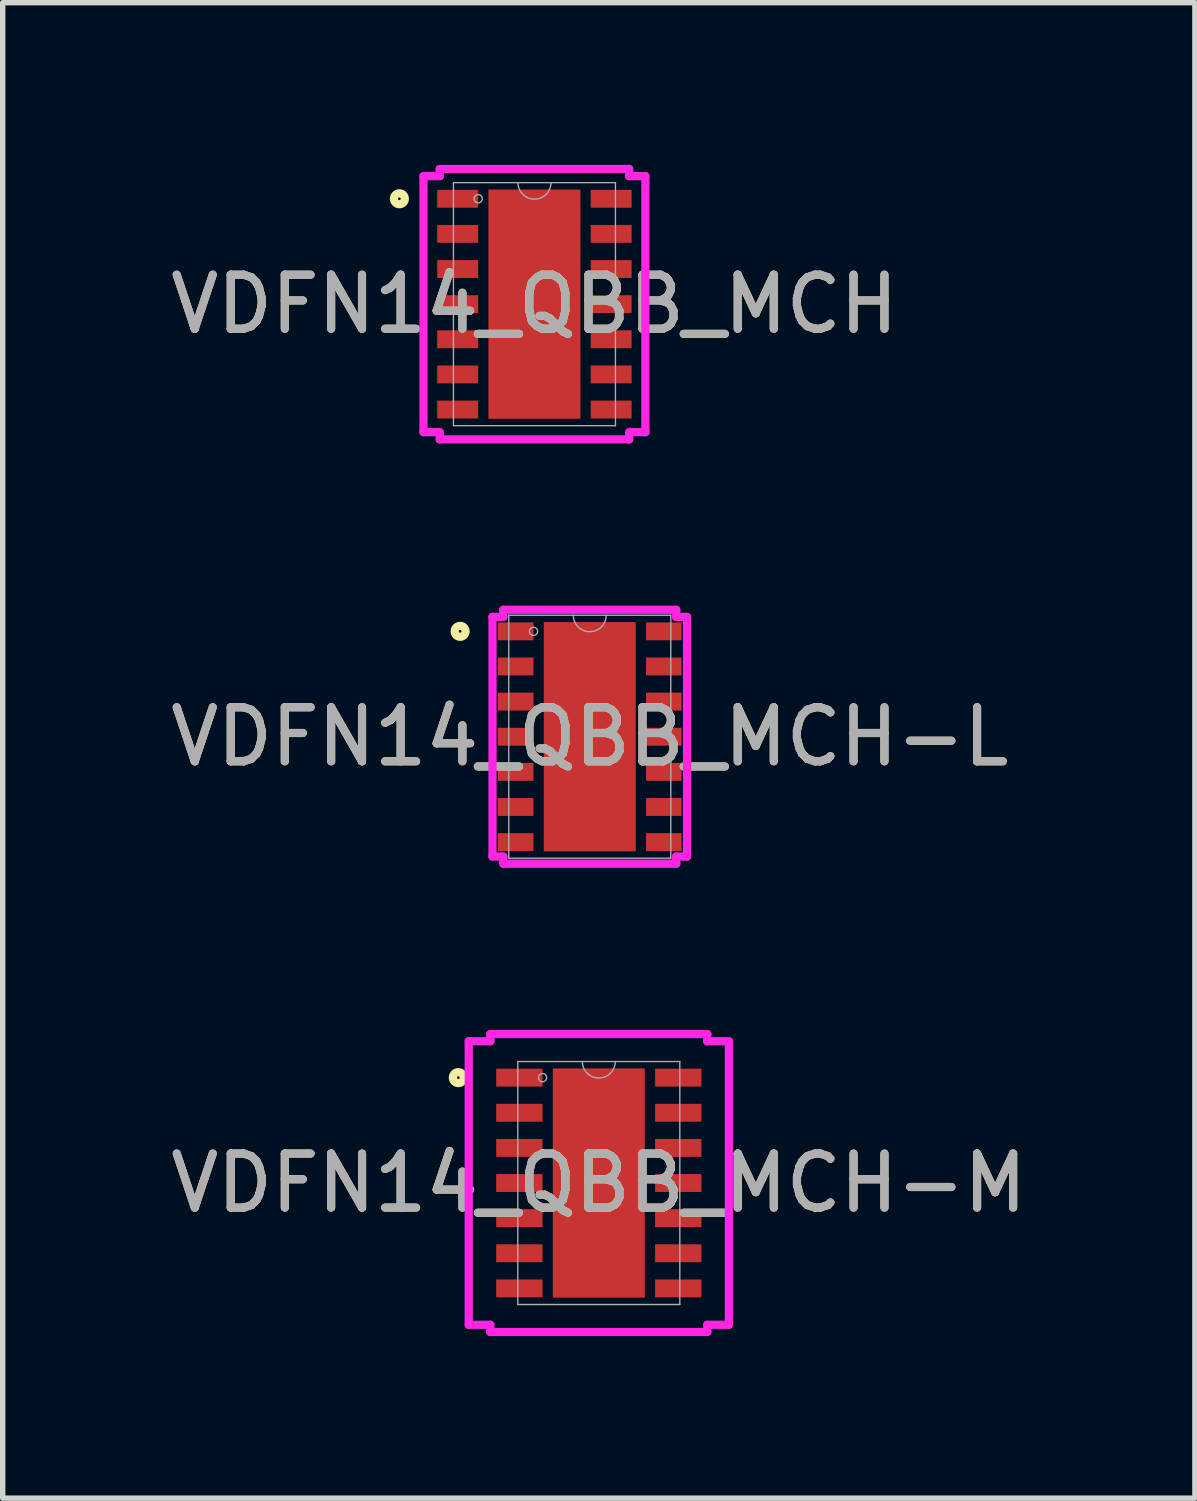
<source format=kicad_pcb>
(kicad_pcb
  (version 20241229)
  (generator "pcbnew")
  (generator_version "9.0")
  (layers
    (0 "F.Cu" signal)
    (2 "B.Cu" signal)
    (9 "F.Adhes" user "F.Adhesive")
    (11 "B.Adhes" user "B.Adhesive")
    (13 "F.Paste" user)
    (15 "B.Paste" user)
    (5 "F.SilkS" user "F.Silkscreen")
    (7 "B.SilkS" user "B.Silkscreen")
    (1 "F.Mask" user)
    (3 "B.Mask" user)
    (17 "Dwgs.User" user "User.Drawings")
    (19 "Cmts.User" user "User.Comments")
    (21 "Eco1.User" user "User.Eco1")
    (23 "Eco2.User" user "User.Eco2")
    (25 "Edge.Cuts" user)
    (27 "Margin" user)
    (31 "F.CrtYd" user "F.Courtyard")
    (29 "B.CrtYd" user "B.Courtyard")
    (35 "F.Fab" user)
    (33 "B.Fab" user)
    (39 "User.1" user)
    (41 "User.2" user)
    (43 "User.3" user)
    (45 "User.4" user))
  (footprint "VDFN14_QBB_MCH"
    (layer "F.Cu")
    (at 6.839 2.578)
    (property "Reference" "VDFN14_QBB_MCH" (at 0 0 0) (unlocked yes) (layer "F.SilkS") (effects (font (size 1 1) (thickness 0.15))))
    (attr smd)
    (fp_circle (center -2.499 -1.95) (end -2.398 -1.95) (stroke (width 0.152) (type solid)) (fill no) (layer "F.SilkS"))
    (fp_poly (pts (xy -0.751 -2.021) (xy -0.751 -0.807) (xy 0.751 -0.807) (xy 0.751 -2.021)) (stroke (width 0) (type solid)) (fill yes) (layer "F.Paste"))
    (fp_poly (pts (xy -0.751 -0.607) (xy -0.751 0.607) (xy 0.751 0.607) (xy 0.751 -0.607)) (stroke (width 0) (type solid)) (fill yes) (layer "F.Paste"))
    (fp_poly (pts (xy -0.751 0.807) (xy -0.751 2.021) (xy 0.751 2.021) (xy 0.751 0.807)) (stroke (width 0) (type solid)) (fill yes) (layer "F.Paste"))
    (fp_line (start -2.053 -2.369) (end -1.753 -2.369) (stroke (width 0.152) (type solid)) (layer "F.CrtYd"))
    (fp_line (start -2.053 2.369) (end -2.053 -2.369) (stroke (width 0.152) (type solid)) (layer "F.CrtYd"))
    (fp_line (start -2.053 2.369) (end -1.753 2.369) (stroke (width 0.152) (type solid)) (layer "F.CrtYd"))
    (fp_line (start -1.753 -2.502) (end 1.753 -2.502) (stroke (width 0.152) (type solid)) (layer "F.CrtYd"))
    (fp_line (start -1.753 -2.369) (end -1.753 -2.502) (stroke (width 0.152) (type solid)) (layer "F.CrtYd"))
    (fp_line (start -1.753 2.502) (end -1.753 2.369) (stroke (width 0.152) (type solid)) (layer "F.CrtYd"))
    (fp_line (start 1.753 -2.502) (end 1.753 -2.369) (stroke (width 0.152) (type solid)) (layer "F.CrtYd"))
    (fp_line (start 1.753 2.369) (end 1.753 2.502) (stroke (width 0.152) (type solid)) (layer "F.CrtYd"))
    (fp_line (start 1.753 2.502) (end -1.753 2.502) (stroke (width 0.152) (type solid)) (layer "F.CrtYd"))
    (fp_line (start 2.053 -2.369) (end 1.753 -2.369) (stroke (width 0.152) (type solid)) (layer "F.CrtYd"))
    (fp_line (start 2.053 -2.369) (end 2.053 2.369) (stroke (width 0.152) (type solid)) (layer "F.CrtYd"))
    (fp_line (start 2.053 2.369) (end 1.753 2.369) (stroke (width 0.152) (type solid)) (layer "F.CrtYd"))
    (fp_line (start -1.499 -2.248) (end -1.499 2.248) (stroke (width 0.025) (type solid)) (layer "F.Fab"))
    (fp_line (start -1.499 2.248) (end 1.499 2.248) (stroke (width 0.025) (type solid)) (layer "F.Fab"))
    (fp_line (start 1.499 -2.248) (end -1.499 -2.248) (stroke (width 0.025) (type solid)) (layer "F.Fab"))
    (fp_line (start 1.499 2.248) (end 1.499 -2.248) (stroke (width 0.025) (type solid)) (layer "F.Fab"))
    (fp_arc (start 0.3048 -2.2479) (mid 0 -1.9431) (end -0.3048 -2.2479) (stroke (width 0.0254) (type solid)) (layer "F.Fab"))
    (fp_circle (center -1.041 -1.95) (end -0.965 -1.95) (stroke (width 0.025) (type solid)) (fill no) (layer "F.Fab"))
    (fp_text user "${REFERENCE}" (at 0 0 0) (unlocked yes) (layer "F.Fab") (effects (font (size 1 1) (thickness 0.15))))
    (pad "1" smd rect (at -1.42 -1.95) (size 0.757 0.331) (layers "F.Cu" "F.Mask" "F.Paste"))
    (pad "2" smd rect (at -1.42 -1.3) (size 0.757 0.331) (layers "F.Cu" "F.Mask" "F.Paste"))
    (pad "3" smd rect (at -1.42 -0.65) (size 0.757 0.331) (layers "F.Cu" "F.Mask" "F.Paste"))
    (pad "4" smd rect (at -1.42 0) (size 0.757 0.331) (layers "F.Cu" "F.Mask" "F.Paste"))
    (pad "5" smd rect (at -1.42 0.65) (size 0.757 0.331) (layers "F.Cu" "F.Mask" "F.Paste"))
    (pad "6" smd rect (at -1.42 1.3) (size 0.757 0.331) (layers "F.Cu" "F.Mask" "F.Paste"))
    (pad "7" smd rect (at -1.42 1.95) (size 0.757 0.331) (layers "F.Cu" "F.Mask" "F.Paste"))
    (pad "8" smd rect (at 1.42 1.95) (size 0.757 0.331) (layers "F.Cu" "F.Mask" "F.Paste"))
    (pad "9" smd rect (at 1.42 1.3) (size 0.757 0.331) (layers "F.Cu" "F.Mask" "F.Paste"))
    (pad "10" smd rect (at 1.42 0.65) (size 0.757 0.331) (layers "F.Cu" "F.Mask" "F.Paste"))
    (pad "11" smd rect (at 1.42 0) (size 0.757 0.331) (layers "F.Cu" "F.Mask" "F.Paste"))
    (pad "12" smd rect (at 1.42 -0.65) (size 0.757 0.331) (layers "F.Cu" "F.Mask" "F.Paste"))
    (pad "13" smd rect (at 1.42 -1.3) (size 0.757 0.331) (layers "F.Cu" "F.Mask" "F.Paste"))
    (pad "14" smd rect (at 1.42 -1.95) (size 0.757 0.331) (layers "F.Cu" "F.Mask" "F.Paste"))
    (pad "15" smd rect (at 0 0) (size 1.702 4.242) (layers "F.Cu" "F.Mask" "F.Paste")))
  (footprint "VDFN14_QBB_MCH-M"
    (layer "F.Cu")
    (at 8.03 18.84)
    (property "Reference" "VDFN14_QBB_MCH-M" (at 0 0 0) (unlocked yes) (layer "F.SilkS") (effects (font (size 1 1) (thickness 0.15))))
    (attr smd)
    (fp_circle (center -2.599 -1.95) (end -2.498 -1.95) (stroke (width 0.152) (type solid)) (fill no) (layer "F.SilkS"))
    (fp_poly (pts (xy -0.751 -2.021) (xy -0.751 -0.807) (xy 0.751 -0.807) (xy 0.751 -2.021)) (stroke (width 0) (type solid)) (fill yes) (layer "F.Paste"))
    (fp_poly (pts (xy -0.751 -0.607) (xy -0.751 0.607) (xy 0.751 0.607) (xy 0.751 -0.607)) (stroke (width 0) (type solid)) (fill yes) (layer "F.Paste"))
    (fp_poly (pts (xy -0.751 0.807) (xy -0.751 2.021) (xy 0.751 2.021) (xy 0.751 0.807)) (stroke (width 0) (type solid)) (fill yes) (layer "F.Paste"))
    (fp_line (start -2.407 -2.623) (end -2.007 -2.623) (stroke (width 0.152) (type solid)) (layer "F.CrtYd"))
    (fp_line (start -2.407 2.623) (end -2.407 -2.623) (stroke (width 0.152) (type solid)) (layer "F.CrtYd"))
    (fp_line (start -2.407 2.623) (end -2.007 2.623) (stroke (width 0.152) (type solid)) (layer "F.CrtYd"))
    (fp_line (start -2.007 -2.756) (end 2.007 -2.756) (stroke (width 0.152) (type solid)) (layer "F.CrtYd"))
    (fp_line (start -2.007 -2.623) (end -2.007 -2.756) (stroke (width 0.152) (type solid)) (layer "F.CrtYd"))
    (fp_line (start -2.007 2.756) (end -2.007 2.623) (stroke (width 0.152) (type solid)) (layer "F.CrtYd"))
    (fp_line (start 2.007 -2.756) (end 2.007 -2.623) (stroke (width 0.152) (type solid)) (layer "F.CrtYd"))
    (fp_line (start 2.007 2.623) (end 2.007 2.756) (stroke (width 0.152) (type solid)) (layer "F.CrtYd"))
    (fp_line (start 2.007 2.756) (end -2.007 2.756) (stroke (width 0.152) (type solid)) (layer "F.CrtYd"))
    (fp_line (start 2.407 -2.623) (end 2.007 -2.623) (stroke (width 0.152) (type solid)) (layer "F.CrtYd"))
    (fp_line (start 2.407 -2.623) (end 2.407 2.623) (stroke (width 0.152) (type solid)) (layer "F.CrtYd"))
    (fp_line (start 2.407 2.623) (end 2.007 2.623) (stroke (width 0.152) (type solid)) (layer "F.CrtYd"))
    (fp_line (start -1.499 -2.248) (end -1.499 2.248) (stroke (width 0.025) (type solid)) (layer "F.Fab"))
    (fp_line (start -1.499 2.248) (end 1.499 2.248) (stroke (width 0.025) (type solid)) (layer "F.Fab"))
    (fp_line (start 1.499 -2.248) (end -1.499 -2.248) (stroke (width 0.025) (type solid)) (layer "F.Fab"))
    (fp_line (start 1.499 2.248) (end 1.499 -2.248) (stroke (width 0.025) (type solid)) (layer "F.Fab"))
    (fp_arc (start 0.3048 -2.2479) (mid 0 -1.9431) (end -0.3048 -2.2479) (stroke (width 0.0254) (type solid)) (layer "F.Fab"))
    (fp_circle (center -1.041 -1.95) (end -0.965 -1.95) (stroke (width 0.025) (type solid)) (fill no) (layer "F.Fab"))
    (fp_text user "${REFERENCE}" (at 0 0 0) (unlocked yes) (layer "F.Fab") (effects (font (size 1 1) (thickness 0.15))))
    (pad "1" smd rect (at -1.47 -1.95) (size 0.857 0.331) (layers "F.Cu" "F.Mask" "F.Paste"))
    (pad "2" smd rect (at -1.47 -1.3) (size 0.857 0.331) (layers "F.Cu" "F.Mask" "F.Paste"))
    (pad "3" smd rect (at -1.47 -0.65) (size 0.857 0.331) (layers "F.Cu" "F.Mask" "F.Paste"))
    (pad "4" smd rect (at -1.47 0) (size 0.857 0.331) (layers "F.Cu" "F.Mask" "F.Paste"))
    (pad "5" smd rect (at -1.47 0.65) (size 0.857 0.331) (layers "F.Cu" "F.Mask" "F.Paste"))
    (pad "6" smd rect (at -1.47 1.3) (size 0.857 0.331) (layers "F.Cu" "F.Mask" "F.Paste"))
    (pad "7" smd rect (at -1.47 1.95) (size 0.857 0.331) (layers "F.Cu" "F.Mask" "F.Paste"))
    (pad "8" smd rect (at 1.47 1.95) (size 0.857 0.331) (layers "F.Cu" "F.Mask" "F.Paste"))
    (pad "9" smd rect (at 1.47 1.3) (size 0.857 0.331) (layers "F.Cu" "F.Mask" "F.Paste"))
    (pad "10" smd rect (at 1.47 0.65) (size 0.857 0.331) (layers "F.Cu" "F.Mask" "F.Paste"))
    (pad "11" smd rect (at 1.47 0) (size 0.857 0.331) (layers "F.Cu" "F.Mask" "F.Paste"))
    (pad "12" smd rect (at 1.47 -0.65) (size 0.857 0.331) (layers "F.Cu" "F.Mask" "F.Paste"))
    (pad "13" smd rect (at 1.47 -1.3) (size 0.857 0.331) (layers "F.Cu" "F.Mask" "F.Paste"))
    (pad "14" smd rect (at 1.47 -1.95) (size 0.857 0.331) (layers "F.Cu" "F.Mask" "F.Paste"))
    (pad "15" smd rect (at 0 0) (size 1.702 4.242) (layers "F.Cu" "F.Mask" "F.Paste")))
  (footprint "VDFN14_QBB_MCH-L"
    (layer "F.Cu")
    (at 7.863 10.582)
    (property "Reference" "VDFN14_QBB_MCH-L" (at 0 0 0) (unlocked yes) (layer "F.SilkS") (effects (font (size 1 1) (thickness 0.15))))
    (attr smd)
    (fp_circle (center -2.399 -1.95) (end -2.298 -1.95) (stroke (width 0.152) (type solid)) (fill no) (layer "F.SilkS"))
    (fp_poly (pts (xy -0.751 -2.021) (xy -0.751 -0.807) (xy 0.751 -0.807) (xy 0.751 -2.021)) (stroke (width 0) (type solid)) (fill yes) (layer "F.Paste"))
    (fp_poly (pts (xy -0.751 -0.607) (xy -0.751 0.607) (xy 0.751 0.607) (xy 0.751 -0.607)) (stroke (width 0) (type solid)) (fill yes) (layer "F.Paste"))
    (fp_poly (pts (xy -0.751 0.807) (xy -0.751 2.021) (xy 0.751 2.021) (xy 0.751 0.807)) (stroke (width 0) (type solid)) (fill yes) (layer "F.Paste"))
    (fp_line (start -1.8 -2.217) (end -1.6 -2.217) (stroke (width 0.152) (type solid)) (layer "F.CrtYd"))
    (fp_line (start -1.8 2.217) (end -1.8 -2.217) (stroke (width 0.152) (type solid)) (layer "F.CrtYd"))
    (fp_line (start -1.8 2.217) (end -1.6 2.217) (stroke (width 0.152) (type solid)) (layer "F.CrtYd"))
    (fp_line (start -1.6 -2.349) (end 1.6 -2.349) (stroke (width 0.152) (type solid)) (layer "F.CrtYd"))
    (fp_line (start -1.6 -2.217) (end -1.6 -2.349) (stroke (width 0.152) (type solid)) (layer "F.CrtYd"))
    (fp_line (start -1.6 2.349) (end -1.6 2.217) (stroke (width 0.152) (type solid)) (layer "F.CrtYd"))
    (fp_line (start 1.6 -2.349) (end 1.6 -2.217) (stroke (width 0.152) (type solid)) (layer "F.CrtYd"))
    (fp_line (start 1.6 2.217) (end 1.6 2.349) (stroke (width 0.152) (type solid)) (layer "F.CrtYd"))
    (fp_line (start 1.6 2.349) (end -1.6 2.349) (stroke (width 0.152) (type solid)) (layer "F.CrtYd"))
    (fp_line (start 1.8 -2.217) (end 1.6 -2.217) (stroke (width 0.152) (type solid)) (layer "F.CrtYd"))
    (fp_line (start 1.8 -2.217) (end 1.8 2.217) (stroke (width 0.152) (type solid)) (layer "F.CrtYd"))
    (fp_line (start 1.8 2.217) (end 1.6 2.217) (stroke (width 0.152) (type solid)) (layer "F.CrtYd"))
    (fp_line (start -1.499 -2.248) (end -1.499 2.248) (stroke (width 0.025) (type solid)) (layer "F.Fab"))
    (fp_line (start -1.499 2.248) (end 1.499 2.248) (stroke (width 0.025) (type solid)) (layer "F.Fab"))
    (fp_line (start 1.499 -2.248) (end -1.499 -2.248) (stroke (width 0.025) (type solid)) (layer "F.Fab"))
    (fp_line (start 1.499 2.248) (end 1.499 -2.248) (stroke (width 0.025) (type solid)) (layer "F.Fab"))
    (fp_arc (start 0.3048 -2.2479) (mid 0 -1.9431) (end -0.3048 -2.2479) (stroke (width 0.0254) (type solid)) (layer "F.Fab"))
    (fp_circle (center -1.041 -1.95) (end -0.965 -1.95) (stroke (width 0.025) (type solid)) (fill no) (layer "F.Fab"))
    (fp_text user "${REFERENCE}" (at 0 0 0) (unlocked yes) (layer "F.Fab") (effects (font (size 1 1) (thickness 0.15))))
    (pad "1" smd rect (at -1.37 -1.95) (size 0.657 0.331) (layers "F.Cu" "F.Mask" "F.Paste"))
    (pad "2" smd rect (at -1.37 -1.3) (size 0.657 0.331) (layers "F.Cu" "F.Mask" "F.Paste"))
    (pad "3" smd rect (at -1.37 -0.65) (size 0.657 0.331) (layers "F.Cu" "F.Mask" "F.Paste"))
    (pad "4" smd rect (at -1.37 0) (size 0.657 0.331) (layers "F.Cu" "F.Mask" "F.Paste"))
    (pad "5" smd rect (at -1.37 0.65) (size 0.657 0.331) (layers "F.Cu" "F.Mask" "F.Paste"))
    (pad "6" smd rect (at -1.37 1.3) (size 0.657 0.331) (layers "F.Cu" "F.Mask" "F.Paste"))
    (pad "7" smd rect (at -1.37 1.95) (size 0.657 0.331) (layers "F.Cu" "F.Mask" "F.Paste"))
    (pad "8" smd rect (at 1.37 1.95) (size 0.657 0.331) (layers "F.Cu" "F.Mask" "F.Paste"))
    (pad "9" smd rect (at 1.37 1.3) (size 0.657 0.331) (layers "F.Cu" "F.Mask" "F.Paste"))
    (pad "10" smd rect (at 1.37 0.65) (size 0.657 0.331) (layers "F.Cu" "F.Mask" "F.Paste"))
    (pad "11" smd rect (at 1.37 0) (size 0.657 0.331) (layers "F.Cu" "F.Mask" "F.Paste"))
    (pad "12" smd rect (at 1.37 -0.65) (size 0.657 0.331) (layers "F.Cu" "F.Mask" "F.Paste"))
    (pad "13" smd rect (at 1.37 -1.3) (size 0.657 0.331) (layers "F.Cu" "F.Mask" "F.Paste"))
    (pad "14" smd rect (at 1.37 -1.95) (size 0.657 0.331) (layers "F.Cu" "F.Mask" "F.Paste"))
    (pad "15" smd rect (at 0 0) (size 1.702 4.242) (layers "F.Cu" "F.Mask" "F.Paste")))
  (gr_rect
    (start -3 -3)
    (end 19.06 24.672)
    (stroke (width 0.1) (type default))
    (fill no)
    (layer "Edge.Cuts")))
</source>
